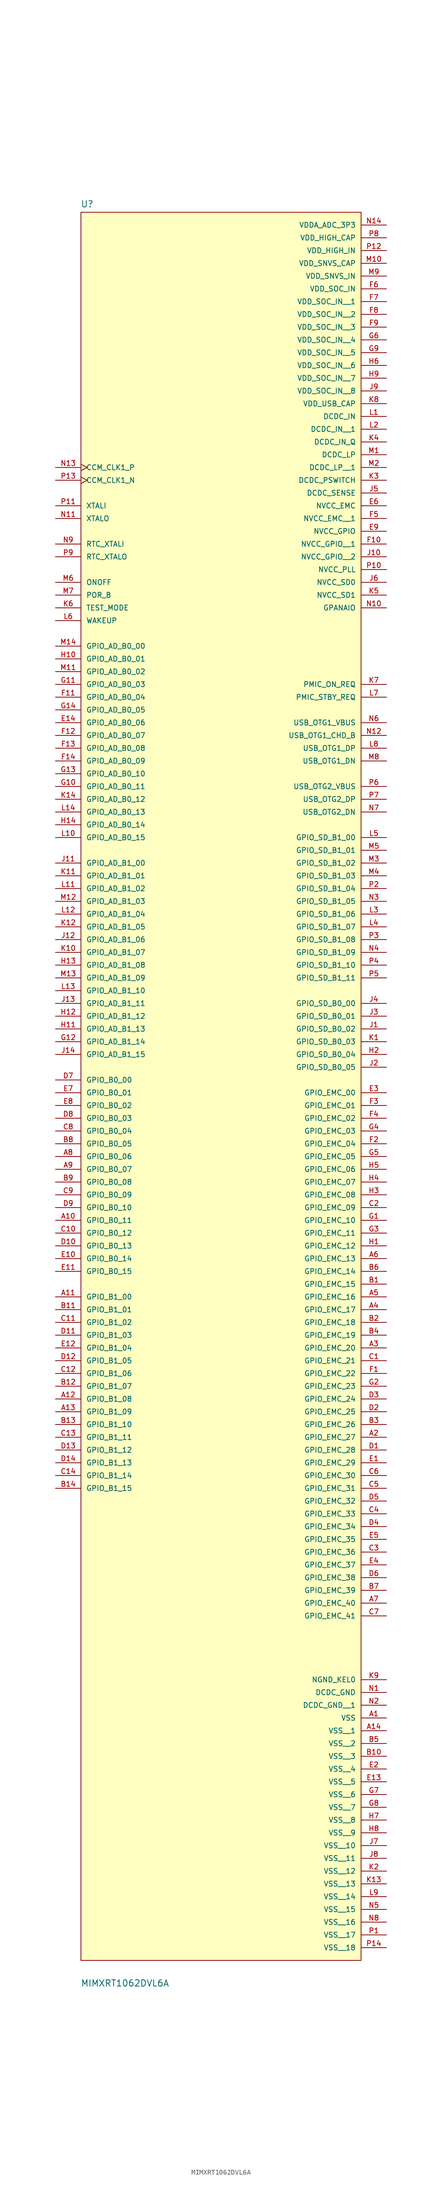
<source format=kicad_sym>
(kicad_symbol_lib
  (version 20211014)
  (generator kicad_symbol_editor)
  (symbol "MIMXRT1062DVL6A"
    (pin_names
      (offset 1.016))
    (property "Reference" "U"
      (at -28.001 135.512 0)
      (effects (font (size 1.27 1.27)) (justify bottom left)))
    (property "Value" "MIMXRT1062DVL6A"
      (at -27.986 -218.642 0)
      (effects (font (size 1.27 1.27)) (justify bottom left)))
    (symbol "MIMXRT1062DVL6A_0_0"
      (rectangle (start -27.94 -213.36) (end 27.94 134.62) (stroke (width 0.152)) (fill (type background)))
      (pin power_in line (at 33.02 63.5 180.0) (length 5.08) (name "NVCC_PLL" (effects (font (size 1.016 1.016)))) (number "P10" (effects (font (size 1.016 1.016)))))
      (pin power_in line (at 33.02 71.12 180.0) (length 5.08) (name "NVCC_GPIO" (effects (font (size 1.016 1.016)))) (number "E9" (effects (font (size 1.016 1.016)))))
      (pin power_in line (at 33.02 -157.48 180.0) (length 5.08) (name "NGND_KEL0" (effects (font (size 1.016 1.016)))) (number "K9" (effects (font (size 1.016 1.016)))))
      (pin power_in line (at 33.02 76.2 180.0) (length 5.08) (name "NVCC_EMC" (effects (font (size 1.016 1.016)))) (number "E6" (effects (font (size 1.016 1.016)))))
      (pin power_in line (at 33.02 55.88 180.0) (length 5.08) (name "GPANAIO" (effects (font (size 1.016 1.016)))) (number "N10" (effects (font (size 1.016 1.016)))))
      (pin power_in line (at 33.02 78.74 180.0) (length 5.08) (name "DCDC_SENSE" (effects (font (size 1.016 1.016)))) (number "J5" (effects (font (size 1.016 1.016)))))
      (pin power_in line (at 33.02 81.28 180.0) (length 5.08) (name "DCDC_PSWITCH" (effects (font (size 1.016 1.016)))) (number "K3" (effects (font (size 1.016 1.016)))))
      (pin power_in line (at 33.02 86.36 180.0) (length 5.08) (name "DCDC_LP" (effects (font (size 1.016 1.016)))) (number "M1" (effects (font (size 1.016 1.016)))))
      (pin power_in line (at 33.02 -160.02 180.0) (length 5.08) (name "DCDC_GND" (effects (font (size 1.016 1.016)))) (number "N1" (effects (font (size 1.016 1.016)))))
      (pin power_in line (at 33.02 88.9 180.0) (length 5.08) (name "DCDC_IN_Q" (effects (font (size 1.016 1.016)))) (number "K4" (effects (font (size 1.016 1.016)))))
      (pin power_in line (at 33.02 93.98 180.0) (length 5.08) (name "DCDC_IN" (effects (font (size 1.016 1.016)))) (number "L1" (effects (font (size 1.016 1.016)))))
      (pin power_in line (at 33.02 60.96 180.0) (length 5.08) (name "NVCC_SD0" (effects (font (size 1.016 1.016)))) (number "J6" (effects (font (size 1.016 1.016)))))
      (pin power_in line (at 33.02 58.42 180.0) (length 5.08) (name "NVCC_SD1" (effects (font (size 1.016 1.016)))) (number "K5" (effects (font (size 1.016 1.016)))))
      (pin power_in line (at 33.02 132.08 180.0) (length 5.08) (name "VDDA_ADC_3P3" (effects (font (size 1.016 1.016)))) (number "N14" (effects (font (size 1.016 1.016)))))
      (pin power_in line (at 33.02 129.54 180.0) (length 5.08) (name "VDD_HIGH_CAP" (effects (font (size 1.016 1.016)))) (number "P8" (effects (font (size 1.016 1.016)))))
      (pin power_in line (at 33.02 127.0 180.0) (length 5.08) (name "VDD_HIGH_IN" (effects (font (size 1.016 1.016)))) (number "P12" (effects (font (size 1.016 1.016)))))
      (pin power_in line (at 33.02 124.46 180.0) (length 5.08) (name "VDD_SNVS_CAP" (effects (font (size 1.016 1.016)))) (number "M10" (effects (font (size 1.016 1.016)))))
      (pin power_in line (at 33.02 121.92 180.0) (length 5.08) (name "VDD_SNVS_IN" (effects (font (size 1.016 1.016)))) (number "M9" (effects (font (size 1.016 1.016)))))
      (pin power_in line (at 33.02 119.38 180.0) (length 5.08) (name "VDD_SOC_IN" (effects (font (size 1.016 1.016)))) (number "F6" (effects (font (size 1.016 1.016)))))
      (pin power_in line (at 33.02 96.52 180.0) (length 5.08) (name "VDD_USB_CAP" (effects (font (size 1.016 1.016)))) (number "K8" (effects (font (size 1.016 1.016)))))
      (pin power_in line (at 33.02 -165.1 180.0) (length 5.08) (name "VSS" (effects (font (size 1.016 1.016)))) (number "A1" (effects (font (size 1.016 1.016)))))
      (pin input clock (at -33.02 81.28 0) (length 5.08) (name "CCM_CLK1_N" (effects (font (size 1.016 1.016)))) (number "P13" (effects (font (size 1.016 1.016)))))
      (pin input clock (at -33.02 83.82 0) (length 5.08) (name "CCM_CLK1_P" (effects (font (size 1.016 1.016)))) (number "N13" (effects (font (size 1.016 1.016)))))
      (pin bidirectional line (at -33.02 48.26 0) (length 5.08) (name "GPIO_AD_B0_00" (effects (font (size 1.016 1.016)))) (number "M14" (effects (font (size 1.016 1.016)))))
      (pin bidirectional line (at -33.02 45.72 0) (length 5.08) (name "GPIO_AD_B0_01" (effects (font (size 1.016 1.016)))) (number "H10" (effects (font (size 1.016 1.016)))))
      (pin bidirectional line (at -33.02 43.18 0) (length 5.08) (name "GPIO_AD_B0_02" (effects (font (size 1.016 1.016)))) (number "M11" (effects (font (size 1.016 1.016)))))
      (pin bidirectional line (at -33.02 40.64 0) (length 5.08) (name "GPIO_AD_B0_03" (effects (font (size 1.016 1.016)))) (number "G11" (effects (font (size 1.016 1.016)))))
      (pin bidirectional line (at -33.02 38.1 0) (length 5.08) (name "GPIO_AD_B0_04" (effects (font (size 1.016 1.016)))) (number "F11" (effects (font (size 1.016 1.016)))))
      (pin bidirectional line (at -33.02 35.56 0) (length 5.08) (name "GPIO_AD_B0_05" (effects (font (size 1.016 1.016)))) (number "G14" (effects (font (size 1.016 1.016)))))
      (pin bidirectional line (at -33.02 33.02 0) (length 5.08) (name "GPIO_AD_B0_06" (effects (font (size 1.016 1.016)))) (number "E14" (effects (font (size 1.016 1.016)))))
      (pin bidirectional line (at -33.02 30.48 0) (length 5.08) (name "GPIO_AD_B0_07" (effects (font (size 1.016 1.016)))) (number "F12" (effects (font (size 1.016 1.016)))))
      (pin bidirectional line (at -33.02 27.94 0) (length 5.08) (name "GPIO_AD_B0_08" (effects (font (size 1.016 1.016)))) (number "F13" (effects (font (size 1.016 1.016)))))
      (pin bidirectional line (at -33.02 25.4 0) (length 5.08) (name "GPIO_AD_B0_09" (effects (font (size 1.016 1.016)))) (number "F14" (effects (font (size 1.016 1.016)))))
      (pin bidirectional line (at -33.02 22.86 0) (length 5.08) (name "GPIO_AD_B0_10" (effects (font (size 1.016 1.016)))) (number "G13" (effects (font (size 1.016 1.016)))))
      (pin bidirectional line (at -33.02 20.32 0) (length 5.08) (name "GPIO_AD_B0_11" (effects (font (size 1.016 1.016)))) (number "G10" (effects (font (size 1.016 1.016)))))
      (pin bidirectional line (at -33.02 17.78 0) (length 5.08) (name "GPIO_AD_B0_12" (effects (font (size 1.016 1.016)))) (number "K14" (effects (font (size 1.016 1.016)))))
      (pin bidirectional line (at -33.02 15.24 0) (length 5.08) (name "GPIO_AD_B0_13" (effects (font (size 1.016 1.016)))) (number "L14" (effects (font (size 1.016 1.016)))))
      (pin bidirectional line (at -33.02 12.7 0) (length 5.08) (name "GPIO_AD_B0_14" (effects (font (size 1.016 1.016)))) (number "H14" (effects (font (size 1.016 1.016)))))
      (pin bidirectional line (at -33.02 10.16 0) (length 5.08) (name "GPIO_AD_B0_15" (effects (font (size 1.016 1.016)))) (number "L10" (effects (font (size 1.016 1.016)))))
      (pin bidirectional line (at -33.02 5.08 0) (length 5.08) (name "GPIO_AD_B1_00" (effects (font (size 1.016 1.016)))) (number "J11" (effects (font (size 1.016 1.016)))))
      (pin bidirectional line (at -33.02 2.54 0) (length 5.08) (name "GPIO_AD_B1_01" (effects (font (size 1.016 1.016)))) (number "K11" (effects (font (size 1.016 1.016)))))
      (pin bidirectional line (at -33.02 0.0 0) (length 5.08) (name "GPIO_AD_B1_02" (effects (font (size 1.016 1.016)))) (number "L11" (effects (font (size 1.016 1.016)))))
      (pin bidirectional line (at -33.02 -2.54 0) (length 5.08) (name "GPIO_AD_B1_03" (effects (font (size 1.016 1.016)))) (number "M12" (effects (font (size 1.016 1.016)))))
      (pin bidirectional line (at -33.02 -5.08 0) (length 5.08) (name "GPIO_AD_B1_04" (effects (font (size 1.016 1.016)))) (number "L12" (effects (font (size 1.016 1.016)))))
      (pin bidirectional line (at -33.02 -7.62 0) (length 5.08) (name "GPIO_AD_B1_05" (effects (font (size 1.016 1.016)))) (number "K12" (effects (font (size 1.016 1.016)))))
      (pin bidirectional line (at -33.02 -10.16 0) (length 5.08) (name "GPIO_AD_B1_06" (effects (font (size 1.016 1.016)))) (number "J12" (effects (font (size 1.016 1.016)))))
      (pin bidirectional line (at -33.02 -12.7 0) (length 5.08) (name "GPIO_AD_B1_07" (effects (font (size 1.016 1.016)))) (number "K10" (effects (font (size 1.016 1.016)))))
      (pin bidirectional line (at -33.02 -15.24 0) (length 5.08) (name "GPIO_AD_B1_08" (effects (font (size 1.016 1.016)))) (number "H13" (effects (font (size 1.016 1.016)))))
      (pin bidirectional line (at -33.02 -17.78 0) (length 5.08) (name "GPIO_AD_B1_09" (effects (font (size 1.016 1.016)))) (number "M13" (effects (font (size 1.016 1.016)))))
      (pin bidirectional line (at -33.02 -20.32 0) (length 5.08) (name "GPIO_AD_B1_10" (effects (font (size 1.016 1.016)))) (number "L13" (effects (font (size 1.016 1.016)))))
      (pin bidirectional line (at -33.02 -22.86 0) (length 5.08) (name "GPIO_AD_B1_11" (effects (font (size 1.016 1.016)))) (number "J13" (effects (font (size 1.016 1.016)))))
      (pin bidirectional line (at -33.02 -25.4 0) (length 5.08) (name "GPIO_AD_B1_12" (effects (font (size 1.016 1.016)))) (number "H12" (effects (font (size 1.016 1.016)))))
      (pin bidirectional line (at -33.02 -27.94 0) (length 5.08) (name "GPIO_AD_B1_13" (effects (font (size 1.016 1.016)))) (number "H11" (effects (font (size 1.016 1.016)))))
      (pin bidirectional line (at -33.02 -30.48 0) (length 5.08) (name "GPIO_AD_B1_14" (effects (font (size 1.016 1.016)))) (number "G12" (effects (font (size 1.016 1.016)))))
      (pin bidirectional line (at -33.02 -33.02 0) (length 5.08) (name "GPIO_AD_B1_15" (effects (font (size 1.016 1.016)))) (number "J14" (effects (font (size 1.016 1.016)))))
      (pin bidirectional line (at -33.02 -38.1 0) (length 5.08) (name "GPIO_B0_00" (effects (font (size 1.016 1.016)))) (number "D7" (effects (font (size 1.016 1.016)))))
      (pin bidirectional line (at -33.02 -40.64 0) (length 5.08) (name "GPIO_B0_01" (effects (font (size 1.016 1.016)))) (number "E7" (effects (font (size 1.016 1.016)))))
      (pin bidirectional line (at -33.02 -43.18 0) (length 5.08) (name "GPIO_B0_02" (effects (font (size 1.016 1.016)))) (number "E8" (effects (font (size 1.016 1.016)))))
      (pin bidirectional line (at -33.02 -45.72 0) (length 5.08) (name "GPIO_B0_03" (effects (font (size 1.016 1.016)))) (number "D8" (effects (font (size 1.016 1.016)))))
      (pin bidirectional line (at -33.02 -48.26 0) (length 5.08) (name "GPIO_B0_04" (effects (font (size 1.016 1.016)))) (number "C8" (effects (font (size 1.016 1.016)))))
      (pin bidirectional line (at -33.02 -50.8 0) (length 5.08) (name "GPIO_B0_05" (effects (font (size 1.016 1.016)))) (number "B8" (effects (font (size 1.016 1.016)))))
      (pin bidirectional line (at -33.02 -53.34 0) (length 5.08) (name "GPIO_B0_06" (effects (font (size 1.016 1.016)))) (number "A8" (effects (font (size 1.016 1.016)))))
      (pin bidirectional line (at -33.02 -55.88 0) (length 5.08) (name "GPIO_B0_07" (effects (font (size 1.016 1.016)))) (number "A9" (effects (font (size 1.016 1.016)))))
      (pin bidirectional line (at -33.02 -58.42 0) (length 5.08) (name "GPIO_B0_08" (effects (font (size 1.016 1.016)))) (number "B9" (effects (font (size 1.016 1.016)))))
      (pin bidirectional line (at -33.02 -60.96 0) (length 5.08) (name "GPIO_B0_09" (effects (font (size 1.016 1.016)))) (number "C9" (effects (font (size 1.016 1.016)))))
      (pin bidirectional line (at -33.02 -63.5 0) (length 5.08) (name "GPIO_B0_10" (effects (font (size 1.016 1.016)))) (number "D9" (effects (font (size 1.016 1.016)))))
      (pin bidirectional line (at -33.02 -66.04 0) (length 5.08) (name "GPIO_B0_11" (effects (font (size 1.016 1.016)))) (number "A10" (effects (font (size 1.016 1.016)))))
      (pin bidirectional line (at -33.02 -68.58 0) (length 5.08) (name "GPIO_B0_12" (effects (font (size 1.016 1.016)))) (number "C10" (effects (font (size 1.016 1.016)))))
      (pin bidirectional line (at -33.02 -71.12 0) (length 5.08) (name "GPIO_B0_13" (effects (font (size 1.016 1.016)))) (number "D10" (effects (font (size 1.016 1.016)))))
      (pin bidirectional line (at -33.02 -73.66 0) (length 5.08) (name "GPIO_B0_14" (effects (font (size 1.016 1.016)))) (number "E10" (effects (font (size 1.016 1.016)))))
      (pin bidirectional line (at -33.02 -76.2 0) (length 5.08) (name "GPIO_B0_15" (effects (font (size 1.016 1.016)))) (number "E11" (effects (font (size 1.016 1.016)))))
      (pin bidirectional line (at -33.02 -81.28 0) (length 5.08) (name "GPIO_B1_00" (effects (font (size 1.016 1.016)))) (number "A11" (effects (font (size 1.016 1.016)))))
      (pin bidirectional line (at -33.02 -83.82 0) (length 5.08) (name "GPIO_B1_01" (effects (font (size 1.016 1.016)))) (number "B11" (effects (font (size 1.016 1.016)))))
      (pin bidirectional line (at -33.02 -86.36 0) (length 5.08) (name "GPIO_B1_02" (effects (font (size 1.016 1.016)))) (number "C11" (effects (font (size 1.016 1.016)))))
      (pin bidirectional line (at -33.02 -88.9 0) (length 5.08) (name "GPIO_B1_03" (effects (font (size 1.016 1.016)))) (number "D11" (effects (font (size 1.016 1.016)))))
      (pin bidirectional line (at -33.02 -91.44 0) (length 5.08) (name "GPIO_B1_04" (effects (font (size 1.016 1.016)))) (number "E12" (effects (font (size 1.016 1.016)))))
      (pin bidirectional line (at -33.02 -93.98 0) (length 5.08) (name "GPIO_B1_05" (effects (font (size 1.016 1.016)))) (number "D12" (effects (font (size 1.016 1.016)))))
      (pin bidirectional line (at -33.02 -96.52 0) (length 5.08) (name "GPIO_B1_06" (effects (font (size 1.016 1.016)))) (number "C12" (effects (font (size 1.016 1.016)))))
      (pin bidirectional line (at -33.02 -99.06 0) (length 5.08) (name "GPIO_B1_07" (effects (font (size 1.016 1.016)))) (number "B12" (effects (font (size 1.016 1.016)))))
      (pin bidirectional line (at -33.02 -101.6 0) (length 5.08) (name "GPIO_B1_08" (effects (font (size 1.016 1.016)))) (number "A12" (effects (font (size 1.016 1.016)))))
      (pin bidirectional line (at -33.02 -104.14 0) (length 5.08) (name "GPIO_B1_09" (effects (font (size 1.016 1.016)))) (number "A13" (effects (font (size 1.016 1.016)))))
      (pin bidirectional line (at -33.02 -106.68 0) (length 5.08) (name "GPIO_B1_10" (effects (font (size 1.016 1.016)))) (number "B13" (effects (font (size 1.016 1.016)))))
      (pin bidirectional line (at -33.02 -109.22 0) (length 5.08) (name "GPIO_B1_11" (effects (font (size 1.016 1.016)))) (number "C13" (effects (font (size 1.016 1.016)))))
      (pin bidirectional line (at -33.02 -111.76 0) (length 5.08) (name "GPIO_B1_12" (effects (font (size 1.016 1.016)))) (number "D13" (effects (font (size 1.016 1.016)))))
      (pin bidirectional line (at -33.02 -114.3 0) (length 5.08) (name "GPIO_B1_13" (effects (font (size 1.016 1.016)))) (number "D14" (effects (font (size 1.016 1.016)))))
      (pin bidirectional line (at -33.02 -116.84 0) (length 5.08) (name "GPIO_B1_14" (effects (font (size 1.016 1.016)))) (number "C14" (effects (font (size 1.016 1.016)))))
      (pin bidirectional line (at -33.02 -119.38 0) (length 5.08) (name "GPIO_B1_15" (effects (font (size 1.016 1.016)))) (number "B14" (effects (font (size 1.016 1.016)))))
      (pin bidirectional line (at 33.02 -40.64 180.0) (length 5.08) (name "GPIO_EMC_00" (effects (font (size 1.016 1.016)))) (number "E3" (effects (font (size 1.016 1.016)))))
      (pin bidirectional line (at 33.02 -43.18 180.0) (length 5.08) (name "GPIO_EMC_01" (effects (font (size 1.016 1.016)))) (number "F3" (effects (font (size 1.016 1.016)))))
      (pin bidirectional line (at 33.02 -45.72 180.0) (length 5.08) (name "GPIO_EMC_02" (effects (font (size 1.016 1.016)))) (number "F4" (effects (font (size 1.016 1.016)))))
      (pin bidirectional line (at 33.02 -48.26 180.0) (length 5.08) (name "GPIO_EMC_03" (effects (font (size 1.016 1.016)))) (number "G4" (effects (font (size 1.016 1.016)))))
      (pin bidirectional line (at 33.02 -50.8 180.0) (length 5.08) (name "GPIO_EMC_04" (effects (font (size 1.016 1.016)))) (number "F2" (effects (font (size 1.016 1.016)))))
      (pin bidirectional line (at 33.02 -53.34 180.0) (length 5.08) (name "GPIO_EMC_05" (effects (font (size 1.016 1.016)))) (number "G5" (effects (font (size 1.016 1.016)))))
      (pin bidirectional line (at 33.02 -55.88 180.0) (length 5.08) (name "GPIO_EMC_06" (effects (font (size 1.016 1.016)))) (number "H5" (effects (font (size 1.016 1.016)))))
      (pin bidirectional line (at 33.02 -58.42 180.0) (length 5.08) (name "GPIO_EMC_07" (effects (font (size 1.016 1.016)))) (number "H4" (effects (font (size 1.016 1.016)))))
      (pin bidirectional line (at 33.02 -60.96 180.0) (length 5.08) (name "GPIO_EMC_08" (effects (font (size 1.016 1.016)))) (number "H3" (effects (font (size 1.016 1.016)))))
      (pin bidirectional line (at 33.02 -63.5 180.0) (length 5.08) (name "GPIO_EMC_09" (effects (font (size 1.016 1.016)))) (number "C2" (effects (font (size 1.016 1.016)))))
      (pin bidirectional line (at 33.02 -66.04 180.0) (length 5.08) (name "GPIO_EMC_10" (effects (font (size 1.016 1.016)))) (number "G1" (effects (font (size 1.016 1.016)))))
      (pin bidirectional line (at 33.02 -68.58 180.0) (length 5.08) (name "GPIO_EMC_11" (effects (font (size 1.016 1.016)))) (number "G3" (effects (font (size 1.016 1.016)))))
      (pin bidirectional line (at 33.02 -71.12 180.0) (length 5.08) (name "GPIO_EMC_12" (effects (font (size 1.016 1.016)))) (number "H1" (effects (font (size 1.016 1.016)))))
      (pin bidirectional line (at 33.02 -73.66 180.0) (length 5.08) (name "GPIO_EMC_13" (effects (font (size 1.016 1.016)))) (number "A6" (effects (font (size 1.016 1.016)))))
      (pin bidirectional line (at 33.02 -76.2 180.0) (length 5.08) (name "GPIO_EMC_14" (effects (font (size 1.016 1.016)))) (number "B6" (effects (font (size 1.016 1.016)))))
      (pin bidirectional line (at 33.02 -78.74 180.0) (length 5.08) (name "GPIO_EMC_15" (effects (font (size 1.016 1.016)))) (number "B1" (effects (font (size 1.016 1.016)))))
      (pin bidirectional line (at 33.02 -81.28 180.0) (length 5.08) (name "GPIO_EMC_16" (effects (font (size 1.016 1.016)))) (number "A5" (effects (font (size 1.016 1.016)))))
      (pin bidirectional line (at 33.02 -83.82 180.0) (length 5.08) (name "GPIO_EMC_17" (effects (font (size 1.016 1.016)))) (number "A4" (effects (font (size 1.016 1.016)))))
      (pin bidirectional line (at 33.02 -86.36 180.0) (length 5.08) (name "GPIO_EMC_18" (effects (font (size 1.016 1.016)))) (number "B2" (effects (font (size 1.016 1.016)))))
      (pin bidirectional line (at 33.02 -88.9 180.0) (length 5.08) (name "GPIO_EMC_19" (effects (font (size 1.016 1.016)))) (number "B4" (effects (font (size 1.016 1.016)))))
      (pin bidirectional line (at 33.02 -91.44 180.0) (length 5.08) (name "GPIO_EMC_20" (effects (font (size 1.016 1.016)))) (number "A3" (effects (font (size 1.016 1.016)))))
      (pin bidirectional line (at 33.02 -93.98 180.0) (length 5.08) (name "GPIO_EMC_21" (effects (font (size 1.016 1.016)))) (number "C1" (effects (font (size 1.016 1.016)))))
      (pin bidirectional line (at 33.02 -96.52 180.0) (length 5.08) (name "GPIO_EMC_22" (effects (font (size 1.016 1.016)))) (number "F1" (effects (font (size 1.016 1.016)))))
      (pin bidirectional line (at 33.02 -99.06 180.0) (length 5.08) (name "GPIO_EMC_23" (effects (font (size 1.016 1.016)))) (number "G2" (effects (font (size 1.016 1.016)))))
      (pin bidirectional line (at 33.02 -101.6 180.0) (length 5.08) (name "GPIO_EMC_24" (effects (font (size 1.016 1.016)))) (number "D3" (effects (font (size 1.016 1.016)))))
      (pin bidirectional line (at 33.02 -104.14 180.0) (length 5.08) (name "GPIO_EMC_25" (effects (font (size 1.016 1.016)))) (number "D2" (effects (font (size 1.016 1.016)))))
      (pin bidirectional line (at 33.02 -106.68 180.0) (length 5.08) (name "GPIO_EMC_26" (effects (font (size 1.016 1.016)))) (number "B3" (effects (font (size 1.016 1.016)))))
      (pin bidirectional line (at 33.02 -109.22 180.0) (length 5.08) (name "GPIO_EMC_27" (effects (font (size 1.016 1.016)))) (number "A2" (effects (font (size 1.016 1.016)))))
      (pin bidirectional line (at 33.02 -111.76 180.0) (length 5.08) (name "GPIO_EMC_28" (effects (font (size 1.016 1.016)))) (number "D1" (effects (font (size 1.016 1.016)))))
      (pin bidirectional line (at 33.02 -114.3 180.0) (length 5.08) (name "GPIO_EMC_29" (effects (font (size 1.016 1.016)))) (number "E1" (effects (font (size 1.016 1.016)))))
      (pin bidirectional line (at 33.02 -116.84 180.0) (length 5.08) (name "GPIO_EMC_30" (effects (font (size 1.016 1.016)))) (number "C6" (effects (font (size 1.016 1.016)))))
      (pin bidirectional line (at 33.02 -119.38 180.0) (length 5.08) (name "GPIO_EMC_31" (effects (font (size 1.016 1.016)))) (number "C5" (effects (font (size 1.016 1.016)))))
      (pin bidirectional line (at 33.02 -121.92 180.0) (length 5.08) (name "GPIO_EMC_32" (effects (font (size 1.016 1.016)))) (number "D5" (effects (font (size 1.016 1.016)))))
      (pin bidirectional line (at 33.02 -124.46 180.0) (length 5.08) (name "GPIO_EMC_33" (effects (font (size 1.016 1.016)))) (number "C4" (effects (font (size 1.016 1.016)))))
      (pin bidirectional line (at 33.02 -127.0 180.0) (length 5.08) (name "GPIO_EMC_34" (effects (font (size 1.016 1.016)))) (number "D4" (effects (font (size 1.016 1.016)))))
      (pin bidirectional line (at 33.02 -129.54 180.0) (length 5.08) (name "GPIO_EMC_35" (effects (font (size 1.016 1.016)))) (number "E5" (effects (font (size 1.016 1.016)))))
      (pin bidirectional line (at 33.02 -132.08 180.0) (length 5.08) (name "GPIO_EMC_36" (effects (font (size 1.016 1.016)))) (number "C3" (effects (font (size 1.016 1.016)))))
      (pin bidirectional line (at 33.02 -134.62 180.0) (length 5.08) (name "GPIO_EMC_37" (effects (font (size 1.016 1.016)))) (number "E4" (effects (font (size 1.016 1.016)))))
      (pin bidirectional line (at 33.02 -137.16 180.0) (length 5.08) (name "GPIO_EMC_38" (effects (font (size 1.016 1.016)))) (number "D6" (effects (font (size 1.016 1.016)))))
      (pin bidirectional line (at 33.02 -139.7 180.0) (length 5.08) (name "GPIO_EMC_39" (effects (font (size 1.016 1.016)))) (number "B7" (effects (font (size 1.016 1.016)))))
      (pin bidirectional line (at 33.02 -142.24 180.0) (length 5.08) (name "GPIO_EMC_40" (effects (font (size 1.016 1.016)))) (number "A7" (effects (font (size 1.016 1.016)))))
      (pin bidirectional line (at 33.02 -144.78 180.0) (length 5.08) (name "GPIO_EMC_41" (effects (font (size 1.016 1.016)))) (number "C7" (effects (font (size 1.016 1.016)))))
      (pin bidirectional line (at 33.02 -22.86 180.0) (length 5.08) (name "GPIO_SD_B0_00" (effects (font (size 1.016 1.016)))) (number "J4" (effects (font (size 1.016 1.016)))))
      (pin bidirectional line (at 33.02 -25.4 180.0) (length 5.08) (name "GPIO_SD_B0_01" (effects (font (size 1.016 1.016)))) (number "J3" (effects (font (size 1.016 1.016)))))
      (pin bidirectional line (at 33.02 -27.94 180.0) (length 5.08) (name "GPIO_SD_B0_02" (effects (font (size 1.016 1.016)))) (number "J1" (effects (font (size 1.016 1.016)))))
      (pin bidirectional line (at 33.02 -30.48 180.0) (length 5.08) (name "GPIO_SD_B0_03" (effects (font (size 1.016 1.016)))) (number "K1" (effects (font (size 1.016 1.016)))))
      (pin bidirectional line (at 33.02 -33.02 180.0) (length 5.08) (name "GPIO_SD_B0_04" (effects (font (size 1.016 1.016)))) (number "H2" (effects (font (size 1.016 1.016)))))
      (pin bidirectional line (at 33.02 -35.56 180.0) (length 5.08) (name "GPIO_SD_B0_05" (effects (font (size 1.016 1.016)))) (number "J2" (effects (font (size 1.016 1.016)))))
      (pin bidirectional line (at 33.02 10.16 180.0) (length 5.08) (name "GPIO_SD_B1_00" (effects (font (size 1.016 1.016)))) (number "L5" (effects (font (size 1.016 1.016)))))
      (pin bidirectional line (at 33.02 7.62 180.0) (length 5.08) (name "GPIO_SD_B1_01" (effects (font (size 1.016 1.016)))) (number "M5" (effects (font (size 1.016 1.016)))))
      (pin bidirectional line (at 33.02 5.08 180.0) (length 5.08) (name "GPIO_SD_B1_02" (effects (font (size 1.016 1.016)))) (number "M3" (effects (font (size 1.016 1.016)))))
      (pin bidirectional line (at 33.02 2.54 180.0) (length 5.08) (name "GPIO_SD_B1_03" (effects (font (size 1.016 1.016)))) (number "M4" (effects (font (size 1.016 1.016)))))
      (pin bidirectional line (at 33.02 0.0 180.0) (length 5.08) (name "GPIO_SD_B1_04" (effects (font (size 1.016 1.016)))) (number "P2" (effects (font (size 1.016 1.016)))))
      (pin bidirectional line (at 33.02 -2.54 180.0) (length 5.08) (name "GPIO_SD_B1_05" (effects (font (size 1.016 1.016)))) (number "N3" (effects (font (size 1.016 1.016)))))
      (pin bidirectional line (at 33.02 -5.08 180.0) (length 5.08) (name "GPIO_SD_B1_06" (effects (font (size 1.016 1.016)))) (number "L3" (effects (font (size 1.016 1.016)))))
      (pin bidirectional line (at 33.02 -7.62 180.0) (length 5.08) (name "GPIO_SD_B1_07" (effects (font (size 1.016 1.016)))) (number "L4" (effects (font (size 1.016 1.016)))))
      (pin bidirectional line (at 33.02 -10.16 180.0) (length 5.08) (name "GPIO_SD_B1_08" (effects (font (size 1.016 1.016)))) (number "P3" (effects (font (size 1.016 1.016)))))
      (pin bidirectional line (at 33.02 -12.7 180.0) (length 5.08) (name "GPIO_SD_B1_09" (effects (font (size 1.016 1.016)))) (number "N4" (effects (font (size 1.016 1.016)))))
      (pin bidirectional line (at 33.02 -15.24 180.0) (length 5.08) (name "GPIO_SD_B1_10" (effects (font (size 1.016 1.016)))) (number "P4" (effects (font (size 1.016 1.016)))))
      (pin bidirectional line (at 33.02 -17.78 180.0) (length 5.08) (name "GPIO_SD_B1_11" (effects (font (size 1.016 1.016)))) (number "P5" (effects (font (size 1.016 1.016)))))
      (pin input line (at -33.02 60.96 0) (length 5.08) (name "ONOFF" (effects (font (size 1.016 1.016)))) (number "M6" (effects (font (size 1.016 1.016)))))
      (pin input line (at -33.02 58.42 0) (length 5.08) (name "POR_B" (effects (font (size 1.016 1.016)))) (number "M7" (effects (font (size 1.016 1.016)))))
      (pin input line (at -33.02 68.58 0) (length 5.08) (name "RTC_XTALI" (effects (font (size 1.016 1.016)))) (number "N9" (effects (font (size 1.016 1.016)))))
      (pin input line (at -33.02 55.88 0) (length 5.08) (name "TEST_MODE" (effects (font (size 1.016 1.016)))) (number "K6" (effects (font (size 1.016 1.016)))))
      (pin input line (at -33.02 76.2 0) (length 5.08) (name "XTALI" (effects (font (size 1.016 1.016)))) (number "P11" (effects (font (size 1.016 1.016)))))
      (pin input line (at -33.02 53.34 0) (length 5.08) (name "WAKEUP" (effects (font (size 1.016 1.016)))) (number "L6" (effects (font (size 1.016 1.016)))))
      (pin output line (at -33.02 66.04 0) (length 5.08) (name "RTC_XTALO" (effects (font (size 1.016 1.016)))) (number "P9" (effects (font (size 1.016 1.016)))))
      (pin output line (at 33.02 38.1 180.0) (length 5.08) (name "PMIC_STBY_REQ" (effects (font (size 1.016 1.016)))) (number "L7" (effects (font (size 1.016 1.016)))))
      (pin output line (at 33.02 40.64 180.0) (length 5.08) (name "PMIC_ON_REQ" (effects (font (size 1.016 1.016)))) (number "K7" (effects (font (size 1.016 1.016)))))
      (pin output line (at -33.02 73.66 0) (length 5.08) (name "XTALO" (effects (font (size 1.016 1.016)))) (number "N11" (effects (font (size 1.016 1.016)))))
      (pin bidirectional line (at 33.02 30.48 180.0) (length 5.08) (name "USB_OTG1_CHD_B" (effects (font (size 1.016 1.016)))) (number "N12" (effects (font (size 1.016 1.016)))))
      (pin bidirectional line (at 33.02 25.4 180.0) (length 5.08) (name "USB_OTG1_DN" (effects (font (size 1.016 1.016)))) (number "M8" (effects (font (size 1.016 1.016)))))
      (pin bidirectional line (at 33.02 27.94 180.0) (length 5.08) (name "USB_OTG1_DP" (effects (font (size 1.016 1.016)))) (number "L8" (effects (font (size 1.016 1.016)))))
      (pin bidirectional line (at 33.02 33.02 180.0) (length 5.08) (name "USB_OTG1_VBUS" (effects (font (size 1.016 1.016)))) (number "N6" (effects (font (size 1.016 1.016)))))
      (pin bidirectional line (at 33.02 15.24 180.0) (length 5.08) (name "USB_OTG2_DN" (effects (font (size 1.016 1.016)))) (number "N7" (effects (font (size 1.016 1.016)))))
      (pin bidirectional line (at 33.02 17.78 180.0) (length 5.08) (name "USB_OTG2_DP" (effects (font (size 1.016 1.016)))) (number "P7" (effects (font (size 1.016 1.016)))))
      (pin bidirectional line (at 33.02 20.32 180.0) (length 5.08) (name "USB_OTG2_VBUS" (effects (font (size 1.016 1.016)))) (number "P6" (effects (font (size 1.016 1.016)))))
      (pin power_in line (at 33.02 116.84 180.0) (length 5.08) (name "VDD_SOC_IN__1" (effects (font (size 1.016 1.016)))) (number "F7" (effects (font (size 1.016 1.016)))))
      (pin power_in line (at 33.02 114.3 180.0) (length 5.08) (name "VDD_SOC_IN__2" (effects (font (size 1.016 1.016)))) (number "F8" (effects (font (size 1.016 1.016)))))
      (pin power_in line (at 33.02 111.76 180.0) (length 5.08) (name "VDD_SOC_IN__3" (effects (font (size 1.016 1.016)))) (number "F9" (effects (font (size 1.016 1.016)))))
      (pin power_in line (at 33.02 109.22 180.0) (length 5.08) (name "VDD_SOC_IN__4" (effects (font (size 1.016 1.016)))) (number "G6" (effects (font (size 1.016 1.016)))))
      (pin power_in line (at 33.02 106.68 180.0) (length 5.08) (name "VDD_SOC_IN__5" (effects (font (size 1.016 1.016)))) (number "G9" (effects (font (size 1.016 1.016)))))
      (pin power_in line (at 33.02 104.14 180.0) (length 5.08) (name "VDD_SOC_IN__6" (effects (font (size 1.016 1.016)))) (number "H6" (effects (font (size 1.016 1.016)))))
      (pin power_in line (at 33.02 101.6 180.0) (length 5.08) (name "VDD_SOC_IN__7" (effects (font (size 1.016 1.016)))) (number "H9" (effects (font (size 1.016 1.016)))))
      (pin power_in line (at 33.02 99.06 180.0) (length 5.08) (name "VDD_SOC_IN__8" (effects (font (size 1.016 1.016)))) (number "J9" (effects (font (size 1.016 1.016)))))
      (pin power_in line (at 33.02 91.44 180.0) (length 5.08) (name "DCDC_IN__1" (effects (font (size 1.016 1.016)))) (number "L2" (effects (font (size 1.016 1.016)))))
      (pin power_in line (at 33.02 83.82 180.0) (length 5.08) (name "DCDC_LP__1" (effects (font (size 1.016 1.016)))) (number "M2" (effects (font (size 1.016 1.016)))))
      (pin power_in line (at 33.02 73.66 180.0) (length 5.08) (name "NVCC_EMC__1" (effects (font (size 1.016 1.016)))) (number "F5" (effects (font (size 1.016 1.016)))))
      (pin power_in line (at 33.02 68.58 180.0) (length 5.08) (name "NVCC_GPIO__1" (effects (font (size 1.016 1.016)))) (number "F10" (effects (font (size 1.016 1.016)))))
      (pin power_in line (at 33.02 66.04 180.0) (length 5.08) (name "NVCC_GPIO__2" (effects (font (size 1.016 1.016)))) (number "J10" (effects (font (size 1.016 1.016)))))
      (pin power_in line (at 33.02 -162.56 180.0) (length 5.08) (name "DCDC_GND__1" (effects (font (size 1.016 1.016)))) (number "N2" (effects (font (size 1.016 1.016)))))
      (pin power_in line (at 33.02 -167.64 180.0) (length 5.08) (name "VSS__1" (effects (font (size 1.016 1.016)))) (number "A14" (effects (font (size 1.016 1.016)))))
      (pin power_in line (at 33.02 -170.18 180.0) (length 5.08) (name "VSS__2" (effects (font (size 1.016 1.016)))) (number "B5" (effects (font (size 1.016 1.016)))))
      (pin power_in line (at 33.02 -172.72 180.0) (length 5.08) (name "VSS__3" (effects (font (size 1.016 1.016)))) (number "B10" (effects (font (size 1.016 1.016)))))
      (pin power_in line (at 33.02 -175.26 180.0) (length 5.08) (name "VSS__4" (effects (font (size 1.016 1.016)))) (number "E2" (effects (font (size 1.016 1.016)))))
      (pin power_in line (at 33.02 -177.8 180.0) (length 5.08) (name "VSS__5" (effects (font (size 1.016 1.016)))) (number "E13" (effects (font (size 1.016 1.016)))))
      (pin power_in line (at 33.02 -180.34 180.0) (length 5.08) (name "VSS__6" (effects (font (size 1.016 1.016)))) (number "G7" (effects (font (size 1.016 1.016)))))
      (pin power_in line (at 33.02 -182.88 180.0) (length 5.08) (name "VSS__7" (effects (font (size 1.016 1.016)))) (number "G8" (effects (font (size 1.016 1.016)))))
      (pin power_in line (at 33.02 -185.42 180.0) (length 5.08) (name "VSS__8" (effects (font (size 1.016 1.016)))) (number "H7" (effects (font (size 1.016 1.016)))))
      (pin power_in line (at 33.02 -187.96 180.0) (length 5.08) (name "VSS__9" (effects (font (size 1.016 1.016)))) (number "H8" (effects (font (size 1.016 1.016)))))
      (pin power_in line (at 33.02 -190.5 180.0) (length 5.08) (name "VSS__10" (effects (font (size 1.016 1.016)))) (number "J7" (effects (font (size 1.016 1.016)))))
      (pin power_in line (at 33.02 -193.04 180.0) (length 5.08) (name "VSS__11" (effects (font (size 1.016 1.016)))) (number "J8" (effects (font (size 1.016 1.016)))))
      (pin power_in line (at 33.02 -195.58 180.0) (length 5.08) (name "VSS__12" (effects (font (size 1.016 1.016)))) (number "K2" (effects (font (size 1.016 1.016)))))
      (pin power_in line (at 33.02 -198.12 180.0) (length 5.08) (name "VSS__13" (effects (font (size 1.016 1.016)))) (number "K13" (effects (font (size 1.016 1.016)))))
      (pin power_in line (at 33.02 -200.66 180.0) (length 5.08) (name "VSS__14" (effects (font (size 1.016 1.016)))) (number "L9" (effects (font (size 1.016 1.016)))))
      (pin power_in line (at 33.02 -203.2 180.0) (length 5.08) (name "VSS__15" (effects (font (size 1.016 1.016)))) (number "N5" (effects (font (size 1.016 1.016)))))
      (pin power_in line (at 33.02 -205.74 180.0) (length 5.08) (name "VSS__16" (effects (font (size 1.016 1.016)))) (number "N8" (effects (font (size 1.016 1.016)))))
      (pin power_in line (at 33.02 -208.28 180.0) (length 5.08) (name "VSS__17" (effects (font (size 1.016 1.016)))) (number "P1" (effects (font (size 1.016 1.016)))))
      (pin power_in line (at 33.02 -210.82 180.0) (length 5.08) (name "VSS__18" (effects (font (size 1.016 1.016)))) (number "P14" (effects (font (size 1.016 1.016))))))))
</source>
